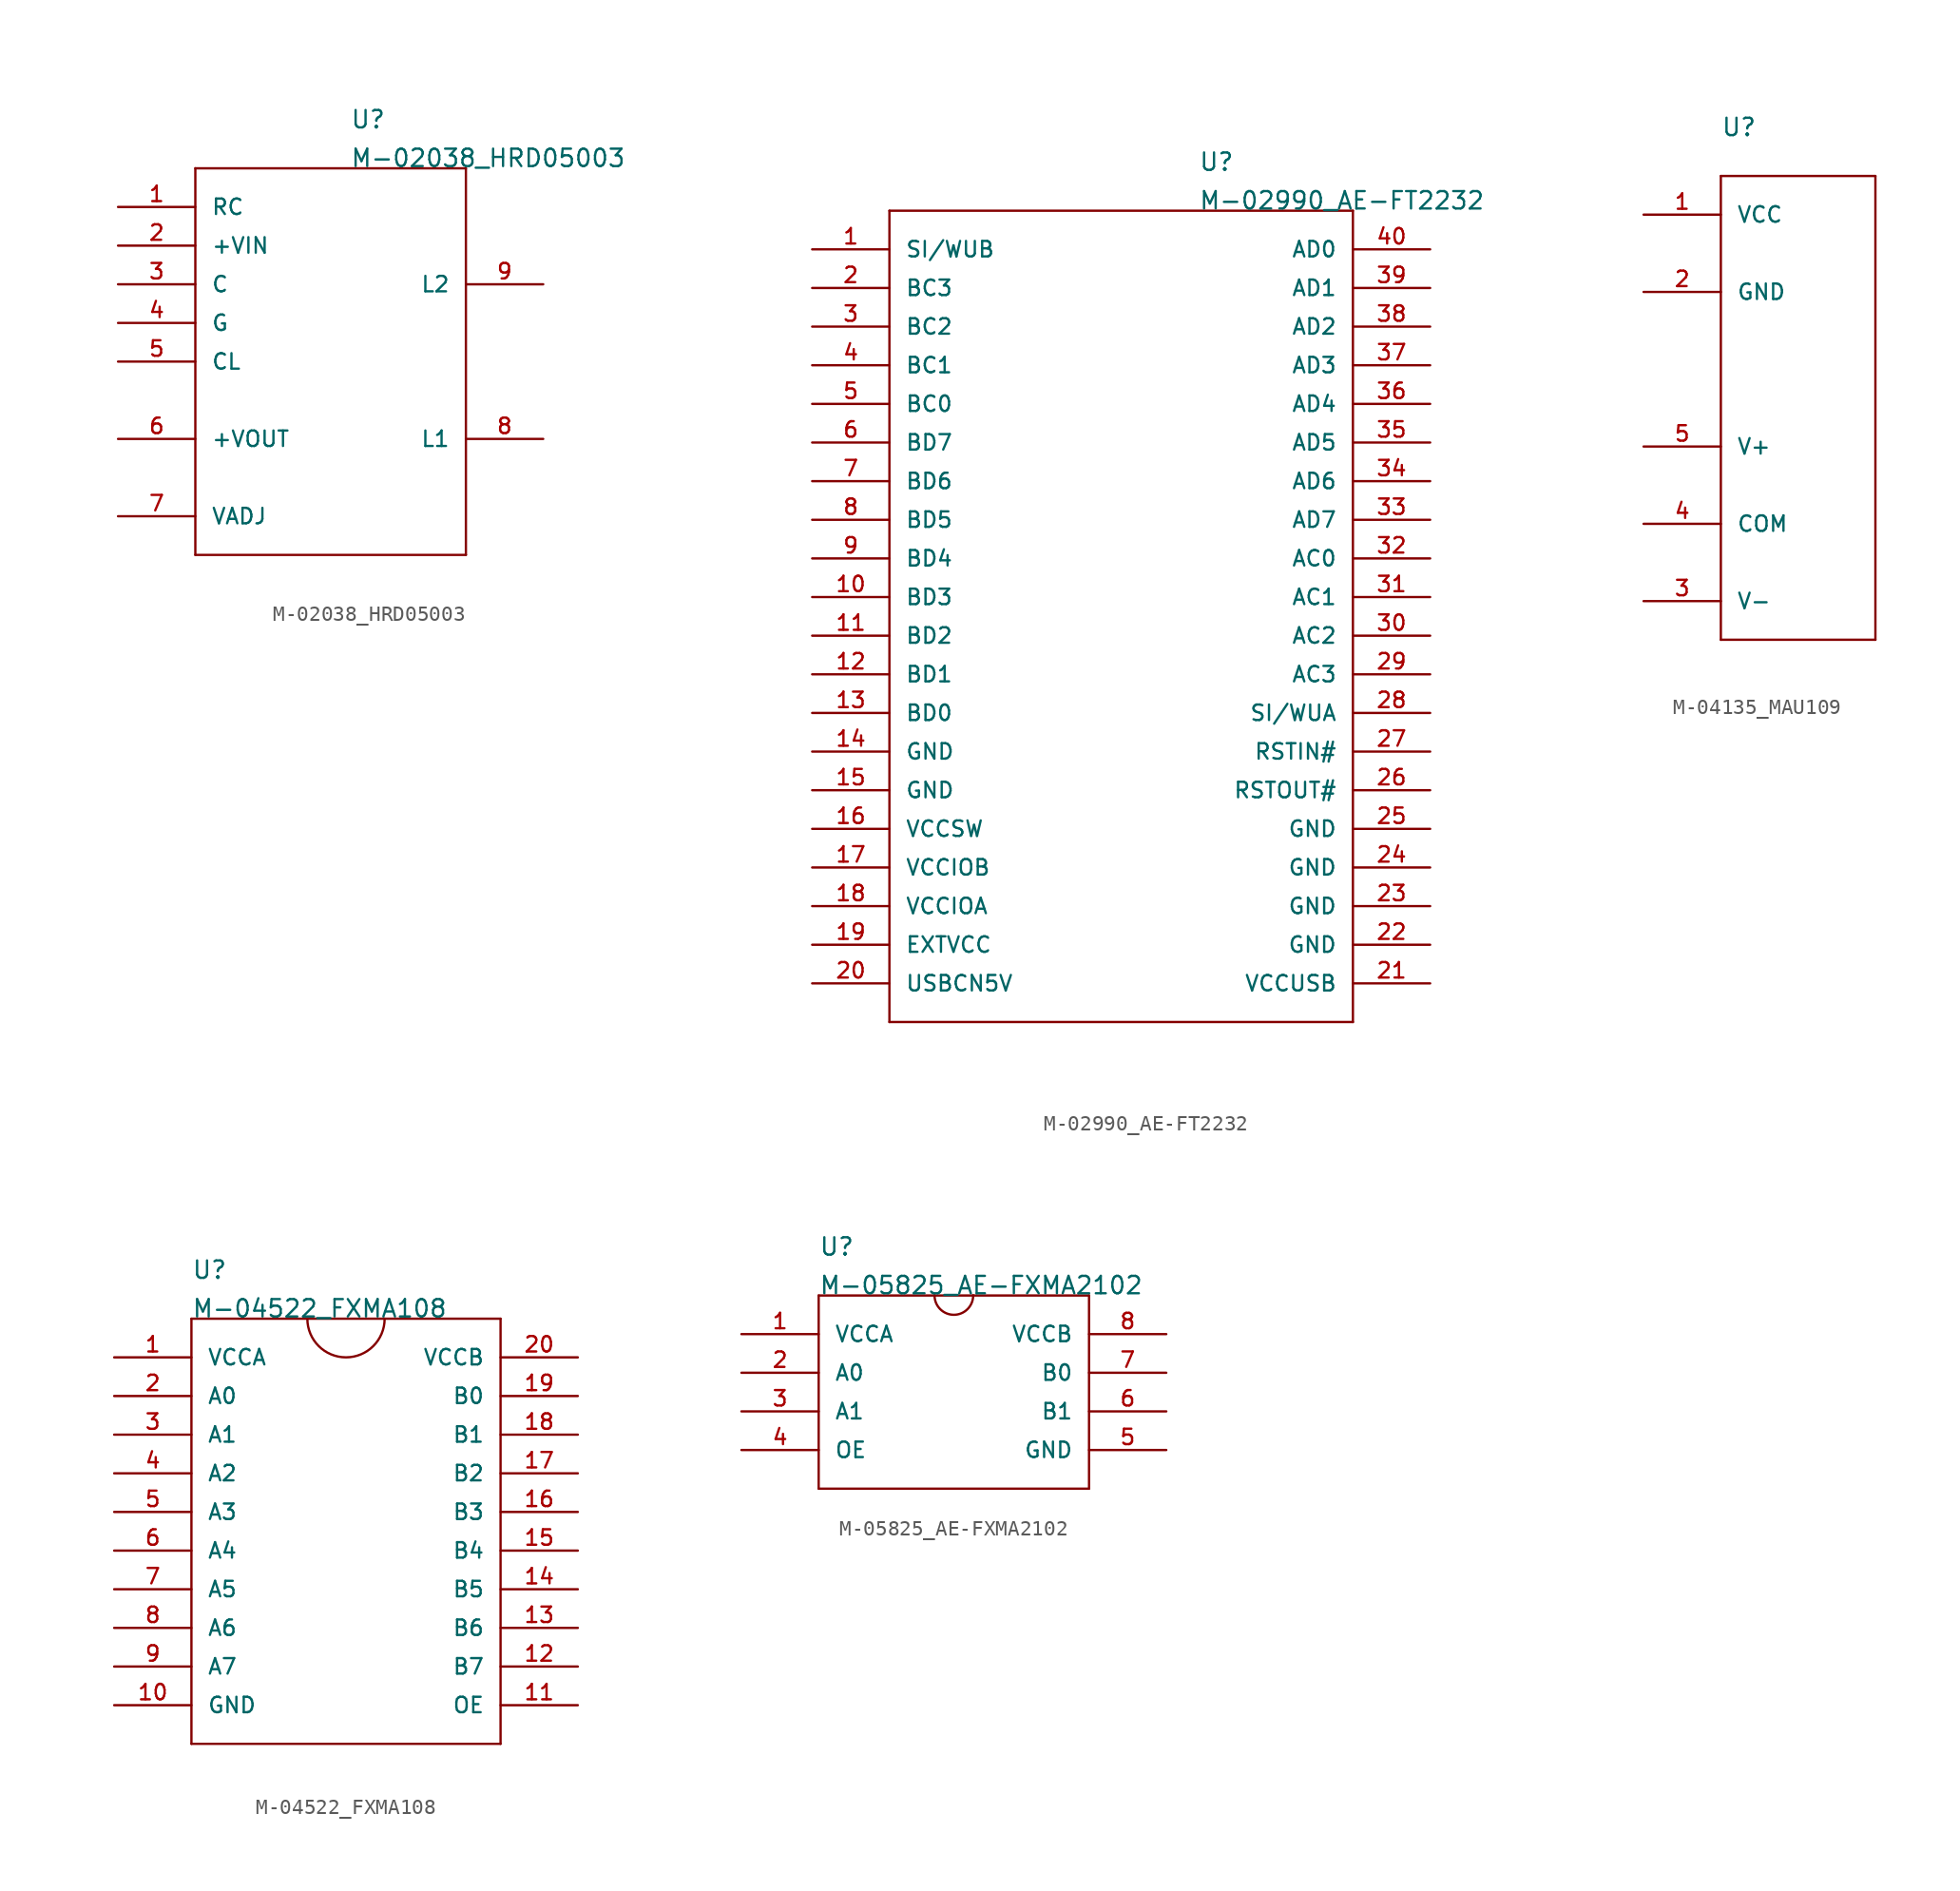
<source format=kicad_sym>
(kicad_symbol_lib
  (version 20211014)
  (generator kicad_symbol_editor)
  (symbol "M-02038_HRD05003"
    (pin_names
      (offset 1.016))
    (property "Reference" "U"
      (at 0 15.24 0)
      (effects (font (size 1.143 1.143)) (justify left bottom)))
    (property "Value" "M-02038_HRD05003"
      (at 0 12.7 0)
      (effects (font (size 1.143 1.143)) (justify left bottom)))
    (property "ki_locked" ""
      (at 0 0 0)
      (effects (font (size 1.27 1.27))))
    (symbol "M-02038_HRD05003_1_0"
      (polyline (pts (xy -10.16 -12.7) (xy -10.16 12.7)) (stroke (width 0) (type default) (color 0 0 0 0)) (fill (type none)))
      (polyline (pts (xy -10.16 12.7) (xy 7.62 12.7)) (stroke (width 0) (type default) (color 0 0 0 0)) (fill (type none)))
      (polyline (pts (xy 7.62 -12.7) (xy -10.16 -12.7)) (stroke (width 0) (type default) (color 0 0 0 0)) (fill (type none)))
      (polyline (pts (xy 7.62 12.7) (xy 7.62 -12.7)) (stroke (width 0) (type default) (color 0 0 0 0)) (fill (type none))))
    (symbol "M-02038_HRD05003_1_1"
      (pin bidirectional line (at -15.24 10.16 0) (length 5.08) (name "RC" (effects (font (size 1.016 1.016)))) (number "1" (effects (font (size 1.016 1.016)))))
      (pin bidirectional line (at -15.24 7.62 0) (length 5.08) (name "+VIN" (effects (font (size 1.016 1.016)))) (number "2" (effects (font (size 1.016 1.016)))))
      (pin bidirectional line (at -15.24 5.08 0) (length 5.08) (name "C" (effects (font (size 1.016 1.016)))) (number "3" (effects (font (size 1.016 1.016)))))
      (pin bidirectional line (at -15.24 2.54 0) (length 5.08) (name "G" (effects (font (size 1.016 1.016)))) (number "4" (effects (font (size 1.016 1.016)))))
      (pin bidirectional line (at -15.24 0 0) (length 5.08) (name "CL" (effects (font (size 1.016 1.016)))) (number "5" (effects (font (size 1.016 1.016)))))
      (pin bidirectional line (at -15.24 -5.08 0) (length 5.08) (name "+VOUT" (effects (font (size 1.016 1.016)))) (number "6" (effects (font (size 1.016 1.016)))))
      (pin bidirectional line (at -15.24 -10.16 0) (length 5.08) (name "VADJ" (effects (font (size 1.016 1.016)))) (number "7" (effects (font (size 1.016 1.016)))))
      (pin bidirectional line (at 12.7 -5.08 180) (length 5.08) (name "L1" (effects (font (size 1.016 1.016)))) (number "8" (effects (font (size 1.016 1.016)))))
      (pin bidirectional line (at 12.7 5.08 180) (length 5.08) (name "L2" (effects (font (size 1.016 1.016)))) (number "9" (effects (font (size 1.016 1.016)))))))
  (symbol "M-02990_AE-FT2232"
    (pin_names
      (offset 1.016))
    (property "Reference" "U"
      (at 10.16 27.94 0)
      (effects (font (size 1.143 1.143)) (justify left bottom)))
    (property "Value" "M-02990_AE-FT2232"
      (at 10.16 25.4 0)
      (effects (font (size 1.143 1.143)) (justify left bottom)))
    (property "ki_locked" ""
      (at 0 0 0)
      (effects (font (size 1.27 1.27))))
    (symbol "M-02990_AE-FT2232_1_0"
      (polyline (pts (xy -10.16 -27.94) (xy -10.16 25.4)) (stroke (width 0) (type default) (color 0 0 0 0)) (fill (type none)))
      (polyline (pts (xy -10.16 25.4) (xy 20.32 25.4)) (stroke (width 0) (type default) (color 0 0 0 0)) (fill (type none)))
      (polyline (pts (xy 20.32 -27.94) (xy -10.16 -27.94)) (stroke (width 0) (type default) (color 0 0 0 0)) (fill (type none)))
      (polyline (pts (xy 20.32 25.4) (xy 20.32 -27.94)) (stroke (width 0) (type default) (color 0 0 0 0)) (fill (type none))))
    (symbol "M-02990_AE-FT2232_1_1"
      (pin bidirectional line (at -15.24 22.86 0) (length 5.08) (name "SI/WUB" (effects (font (size 1.016 1.016)))) (number "1" (effects (font (size 1.016 1.016)))))
      (pin bidirectional line (at -15.24 0 0) (length 5.08) (name "BD3" (effects (font (size 1.016 1.016)))) (number "10" (effects (font (size 1.016 1.016)))))
      (pin bidirectional line (at -15.24 -2.54 0) (length 5.08) (name "BD2" (effects (font (size 1.016 1.016)))) (number "11" (effects (font (size 1.016 1.016)))))
      (pin bidirectional line (at -15.24 -5.08 0) (length 5.08) (name "BD1" (effects (font (size 1.016 1.016)))) (number "12" (effects (font (size 1.016 1.016)))))
      (pin bidirectional line (at -15.24 -7.62 0) (length 5.08) (name "BD0" (effects (font (size 1.016 1.016)))) (number "13" (effects (font (size 1.016 1.016)))))
      (pin bidirectional line (at -15.24 -10.16 0) (length 5.08) (name "GND" (effects (font (size 1.016 1.016)))) (number "14" (effects (font (size 1.016 1.016)))))
      (pin bidirectional line (at -15.24 -12.7 0) (length 5.08) (name "GND" (effects (font (size 1.016 1.016)))) (number "15" (effects (font (size 1.016 1.016)))))
      (pin bidirectional line (at -15.24 -15.24 0) (length 5.08) (name "VCCSW" (effects (font (size 1.016 1.016)))) (number "16" (effects (font (size 1.016 1.016)))))
      (pin bidirectional line (at -15.24 -17.78 0) (length 5.08) (name "VCCIOB" (effects (font (size 1.016 1.016)))) (number "17" (effects (font (size 1.016 1.016)))))
      (pin bidirectional line (at -15.24 -20.32 0) (length 5.08) (name "VCCIOA" (effects (font (size 1.016 1.016)))) (number "18" (effects (font (size 1.016 1.016)))))
      (pin bidirectional line (at -15.24 -22.86 0) (length 5.08) (name "EXTVCC" (effects (font (size 1.016 1.016)))) (number "19" (effects (font (size 1.016 1.016)))))
      (pin bidirectional line (at -15.24 20.32 0) (length 5.08) (name "BC3" (effects (font (size 1.016 1.016)))) (number "2" (effects (font (size 1.016 1.016)))))
      (pin bidirectional line (at -15.24 -25.4 0) (length 5.08) (name "USBCN5V" (effects (font (size 1.016 1.016)))) (number "20" (effects (font (size 1.016 1.016)))))
      (pin bidirectional line (at 25.4 -25.4 180) (length 5.08) (name "VCCUSB" (effects (font (size 1.016 1.016)))) (number "21" (effects (font (size 1.016 1.016)))))
      (pin bidirectional line (at 25.4 -22.86 180) (length 5.08) (name "GND" (effects (font (size 1.016 1.016)))) (number "22" (effects (font (size 1.016 1.016)))))
      (pin bidirectional line (at 25.4 -20.32 180) (length 5.08) (name "GND" (effects (font (size 1.016 1.016)))) (number "23" (effects (font (size 1.016 1.016)))))
      (pin bidirectional line (at 25.4 -17.78 180) (length 5.08) (name "GND" (effects (font (size 1.016 1.016)))) (number "24" (effects (font (size 1.016 1.016)))))
      (pin bidirectional line (at 25.4 -15.24 180) (length 5.08) (name "GND" (effects (font (size 1.016 1.016)))) (number "25" (effects (font (size 1.016 1.016)))))
      (pin bidirectional line (at 25.4 -12.7 180) (length 5.08) (name "RSTOUT#" (effects (font (size 1.016 1.016)))) (number "26" (effects (font (size 1.016 1.016)))))
      (pin bidirectional line (at 25.4 -10.16 180) (length 5.08) (name "RSTIN#" (effects (font (size 1.016 1.016)))) (number "27" (effects (font (size 1.016 1.016)))))
      (pin bidirectional line (at 25.4 -7.62 180) (length 5.08) (name "SI/WUA" (effects (font (size 1.016 1.016)))) (number "28" (effects (font (size 1.016 1.016)))))
      (pin bidirectional line (at 25.4 -5.08 180) (length 5.08) (name "AC3" (effects (font (size 1.016 1.016)))) (number "29" (effects (font (size 1.016 1.016)))))
      (pin bidirectional line (at -15.24 17.78 0) (length 5.08) (name "BC2" (effects (font (size 1.016 1.016)))) (number "3" (effects (font (size 1.016 1.016)))))
      (pin bidirectional line (at 25.4 -2.54 180) (length 5.08) (name "AC2" (effects (font (size 1.016 1.016)))) (number "30" (effects (font (size 1.016 1.016)))))
      (pin bidirectional line (at 25.4 0 180) (length 5.08) (name "AC1" (effects (font (size 1.016 1.016)))) (number "31" (effects (font (size 1.016 1.016)))))
      (pin bidirectional line (at 25.4 2.54 180) (length 5.08) (name "AC0" (effects (font (size 1.016 1.016)))) (number "32" (effects (font (size 1.016 1.016)))))
      (pin bidirectional line (at 25.4 5.08 180) (length 5.08) (name "AD7" (effects (font (size 1.016 1.016)))) (number "33" (effects (font (size 1.016 1.016)))))
      (pin bidirectional line (at 25.4 7.62 180) (length 5.08) (name "AD6" (effects (font (size 1.016 1.016)))) (number "34" (effects (font (size 1.016 1.016)))))
      (pin bidirectional line (at 25.4 10.16 180) (length 5.08) (name "AD5" (effects (font (size 1.016 1.016)))) (number "35" (effects (font (size 1.016 1.016)))))
      (pin bidirectional line (at 25.4 12.7 180) (length 5.08) (name "AD4" (effects (font (size 1.016 1.016)))) (number "36" (effects (font (size 1.016 1.016)))))
      (pin bidirectional line (at 25.4 15.24 180) (length 5.08) (name "AD3" (effects (font (size 1.016 1.016)))) (number "37" (effects (font (size 1.016 1.016)))))
      (pin bidirectional line (at 25.4 17.78 180) (length 5.08) (name "AD2" (effects (font (size 1.016 1.016)))) (number "38" (effects (font (size 1.016 1.016)))))
      (pin bidirectional line (at 25.4 20.32 180) (length 5.08) (name "AD1" (effects (font (size 1.016 1.016)))) (number "39" (effects (font (size 1.016 1.016)))))
      (pin bidirectional line (at -15.24 15.24 0) (length 5.08) (name "BC1" (effects (font (size 1.016 1.016)))) (number "4" (effects (font (size 1.016 1.016)))))
      (pin bidirectional line (at 25.4 22.86 180) (length 5.08) (name "AD0" (effects (font (size 1.016 1.016)))) (number "40" (effects (font (size 1.016 1.016)))))
      (pin bidirectional line (at -15.24 12.7 0) (length 5.08) (name "BC0" (effects (font (size 1.016 1.016)))) (number "5" (effects (font (size 1.016 1.016)))))
      (pin bidirectional line (at -15.24 10.16 0) (length 5.08) (name "BD7" (effects (font (size 1.016 1.016)))) (number "6" (effects (font (size 1.016 1.016)))))
      (pin bidirectional line (at -15.24 7.62 0) (length 5.08) (name "BD6" (effects (font (size 1.016 1.016)))) (number "7" (effects (font (size 1.016 1.016)))))
      (pin bidirectional line (at -15.24 5.08 0) (length 5.08) (name "BD5" (effects (font (size 1.016 1.016)))) (number "8" (effects (font (size 1.016 1.016)))))
      (pin bidirectional line (at -15.24 2.54 0) (length 5.08) (name "BD4" (effects (font (size 1.016 1.016)))) (number "9" (effects (font (size 1.016 1.016)))))))
  (symbol "M-04135_MAU109"
    (pin_names
      (offset 1.016))
    (property "Reference" "U"
      (at 0 20.32 0)
      (effects (font (size 1.143 1.143)) (justify left bottom)))
    (property "ki_locked" ""
      (at 0 0 0)
      (effects (font (size 1.27 1.27))))
    (symbol "M-04135_MAU109_1_0"
      (polyline (pts (xy 0 -12.7) (xy 0 17.78)) (stroke (width 0) (type default) (color 0 0 0 0)) (fill (type none)))
      (polyline (pts (xy 0 17.78) (xy 10.16 17.78)) (stroke (width 0) (type default) (color 0 0 0 0)) (fill (type none)))
      (polyline (pts (xy 10.16 -12.7) (xy 0 -12.7)) (stroke (width 0) (type default) (color 0 0 0 0)) (fill (type none)))
      (polyline (pts (xy 10.16 17.78) (xy 10.16 -12.7)) (stroke (width 0) (type default) (color 0 0 0 0)) (fill (type none))))
    (symbol "M-04135_MAU109_1_1"
      (pin bidirectional line (at -5.08 15.24 0) (length 5.08) (name "VCC" (effects (font (size 1.016 1.016)))) (number "1" (effects (font (size 1.016 1.016)))))
      (pin bidirectional line (at -5.08 10.16 0) (length 5.08) (name "GND" (effects (font (size 1.016 1.016)))) (number "2" (effects (font (size 1.016 1.016)))))
      (pin bidirectional line (at -5.08 -10.16 0) (length 5.08) (name "V-" (effects (font (size 1.016 1.016)))) (number "3" (effects (font (size 1.016 1.016)))))
      (pin bidirectional line (at -5.08 -5.08 0) (length 5.08) (name "COM" (effects (font (size 1.016 1.016)))) (number "4" (effects (font (size 1.016 1.016)))))
      (pin bidirectional line (at -5.08 0 0) (length 5.08) (name "V+" (effects (font (size 1.016 1.016)))) (number "5" (effects (font (size 1.016 1.016)))))))
  (symbol "M-04522_FXMA108"
    (pin_names
      (offset 1.016))
    (property "Reference" "U"
      (at 5.08 25.4 0)
      (effects (font (size 1.143 1.143)) (justify left bottom)))
    (property "Value" "M-04522_FXMA108"
      (at 5.08 22.86 0)
      (effects (font (size 1.143 1.143)) (justify left bottom)))
    (property "ki_locked" ""
      (at 0 0 0)
      (effects (font (size 1.27 1.27))))
    (symbol "M-04522_FXMA108_1_0"
      (polyline (pts (xy 5.08 -5.08) (xy 5.08 22.86)) (stroke (width 0) (type default) (color 0 0 0 0)) (fill (type none)))
      (polyline (pts (xy 5.08 22.86) (xy 12.7 22.86)) (stroke (width 0) (type default) (color 0 0 0 0)) (fill (type none)))
      (polyline (pts (xy 12.7 22.86) (xy 17.78 22.86)) (stroke (width 0) (type default) (color 0 0 0 0)) (fill (type none)))
      (polyline (pts (xy 17.78 22.86) (xy 25.4 22.86)) (stroke (width 0) (type default) (color 0 0 0 0)) (fill (type none)))
      (polyline (pts (xy 25.4 -5.08) (xy 5.08 -5.08)) (stroke (width 0) (type default) (color 0 0 0 0)) (fill (type none)))
      (polyline (pts (xy 25.4 22.86) (xy 25.4 -5.08)) (stroke (width 0) (type default) (color 0 0 0 0)) (fill (type none))))
    (symbol "M-04522_FXMA108_1_1"
      (arc (start 12.7 22.86) (mid 15.24 20.32) (end 17.78 22.86) (stroke (width 0) (type default) (color 0 0 0 0)) (fill (type none)))
      (pin bidirectional line (at 0 20.32 0) (length 5.08) (name "VCCA" (effects (font (size 1.016 1.016)))) (number "1" (effects (font (size 1.016 1.016)))))
      (pin bidirectional line (at 0 -2.54 0) (length 5.08) (name "GND" (effects (font (size 1.016 1.016)))) (number "10" (effects (font (size 1.016 1.016)))))
      (pin bidirectional line (at 30.48 -2.54 180) (length 5.08) (name "OE" (effects (font (size 1.016 1.016)))) (number "11" (effects (font (size 1.016 1.016)))))
      (pin bidirectional line (at 30.48 0 180) (length 5.08) (name "B7" (effects (font (size 1.016 1.016)))) (number "12" (effects (font (size 1.016 1.016)))))
      (pin bidirectional line (at 30.48 2.54 180) (length 5.08) (name "B6" (effects (font (size 1.016 1.016)))) (number "13" (effects (font (size 1.016 1.016)))))
      (pin bidirectional line (at 30.48 5.08 180) (length 5.08) (name "B5" (effects (font (size 1.016 1.016)))) (number "14" (effects (font (size 1.016 1.016)))))
      (pin bidirectional line (at 30.48 7.62 180) (length 5.08) (name "B4" (effects (font (size 1.016 1.016)))) (number "15" (effects (font (size 1.016 1.016)))))
      (pin bidirectional line (at 30.48 10.16 180) (length 5.08) (name "B3" (effects (font (size 1.016 1.016)))) (number "16" (effects (font (size 1.016 1.016)))))
      (pin bidirectional line (at 30.48 12.7 180) (length 5.08) (name "B2" (effects (font (size 1.016 1.016)))) (number "17" (effects (font (size 1.016 1.016)))))
      (pin bidirectional line (at 30.48 15.24 180) (length 5.08) (name "B1" (effects (font (size 1.016 1.016)))) (number "18" (effects (font (size 1.016 1.016)))))
      (pin bidirectional line (at 30.48 17.78 180) (length 5.08) (name "B0" (effects (font (size 1.016 1.016)))) (number "19" (effects (font (size 1.016 1.016)))))
      (pin bidirectional line (at 0 17.78 0) (length 5.08) (name "A0" (effects (font (size 1.016 1.016)))) (number "2" (effects (font (size 1.016 1.016)))))
      (pin bidirectional line (at 30.48 20.32 180) (length 5.08) (name "VCCB" (effects (font (size 1.016 1.016)))) (number "20" (effects (font (size 1.016 1.016)))))
      (pin bidirectional line (at 0 15.24 0) (length 5.08) (name "A1" (effects (font (size 1.016 1.016)))) (number "3" (effects (font (size 1.016 1.016)))))
      (pin bidirectional line (at 0 12.7 0) (length 5.08) (name "A2" (effects (font (size 1.016 1.016)))) (number "4" (effects (font (size 1.016 1.016)))))
      (pin bidirectional line (at 0 10.16 0) (length 5.08) (name "A3" (effects (font (size 1.016 1.016)))) (number "5" (effects (font (size 1.016 1.016)))))
      (pin bidirectional line (at 0 7.62 0) (length 5.08) (name "A4" (effects (font (size 1.016 1.016)))) (number "6" (effects (font (size 1.016 1.016)))))
      (pin bidirectional line (at 0 5.08 0) (length 5.08) (name "A5" (effects (font (size 1.016 1.016)))) (number "7" (effects (font (size 1.016 1.016)))))
      (pin bidirectional line (at 0 2.54 0) (length 5.08) (name "A6" (effects (font (size 1.016 1.016)))) (number "8" (effects (font (size 1.016 1.016)))))
      (pin bidirectional line (at 0 0 0) (length 5.08) (name "A7" (effects (font (size 1.016 1.016)))) (number "9" (effects (font (size 1.016 1.016)))))))
  (symbol "M-05825_AE-FXMA2102"
    (pin_names
      (offset 1.016))
    (property "Reference" "U"
      (at 0 12.7 0)
      (effects (font (size 1.143 1.143)) (justify left bottom)))
    (property "Value" "M-05825_AE-FXMA2102"
      (at 0 10.16 0)
      (effects (font (size 1.143 1.143)) (justify left bottom)))
    (property "ki_locked" ""
      (at 0 0 0)
      (effects (font (size 1.27 1.27))))
    (symbol "M-05825_AE-FXMA2102_1_0"
      (polyline (pts (xy 0 -2.54) (xy 0 10.16)) (stroke (width 0) (type default) (color 0 0 0 0)) (fill (type none)))
      (polyline (pts (xy 0 10.16) (xy 7.62 10.16)) (stroke (width 0) (type default) (color 0 0 0 0)) (fill (type none)))
      (polyline (pts (xy 7.62 10.16) (xy 10.16 10.16)) (stroke (width 0) (type default) (color 0 0 0 0)) (fill (type none)))
      (polyline (pts (xy 10.16 10.16) (xy 17.78 10.16)) (stroke (width 0) (type default) (color 0 0 0 0)) (fill (type none)))
      (polyline (pts (xy 17.78 -2.54) (xy 0 -2.54)) (stroke (width 0) (type default) (color 0 0 0 0)) (fill (type none)))
      (polyline (pts (xy 17.78 10.16) (xy 17.78 -2.54)) (stroke (width 0) (type default) (color 0 0 0 0)) (fill (type none))))
    (symbol "M-05825_AE-FXMA2102_1_1"
      (arc (start 7.62 10.16) (mid 8.89 8.89) (end 10.16 10.16) (stroke (width 0) (type default) (color 0 0 0 0)) (fill (type none)))
      (pin bidirectional line (at -5.08 7.62 0) (length 5.08) (name "VCCA" (effects (font (size 1.016 1.016)))) (number "1" (effects (font (size 1.016 1.016)))))
      (pin bidirectional line (at -5.08 5.08 0) (length 5.08) (name "A0" (effects (font (size 1.016 1.016)))) (number "2" (effects (font (size 1.016 1.016)))))
      (pin bidirectional line (at -5.08 2.54 0) (length 5.08) (name "A1" (effects (font (size 1.016 1.016)))) (number "3" (effects (font (size 1.016 1.016)))))
      (pin bidirectional line (at -5.08 0 0) (length 5.08) (name "OE" (effects (font (size 1.016 1.016)))) (number "4" (effects (font (size 1.016 1.016)))))
      (pin bidirectional line (at 22.86 0 180) (length 5.08) (name "GND" (effects (font (size 1.016 1.016)))) (number "5" (effects (font (size 1.016 1.016)))))
      (pin bidirectional line (at 22.86 2.54 180) (length 5.08) (name "B1" (effects (font (size 1.016 1.016)))) (number "6" (effects (font (size 1.016 1.016)))))
      (pin bidirectional line (at 22.86 5.08 180) (length 5.08) (name "B0" (effects (font (size 1.016 1.016)))) (number "7" (effects (font (size 1.016 1.016)))))
      (pin bidirectional line (at 22.86 7.62 180) (length 5.08) (name "VCCB" (effects (font (size 1.016 1.016)))) (number "8" (effects (font (size 1.016 1.016))))))))
</source>
